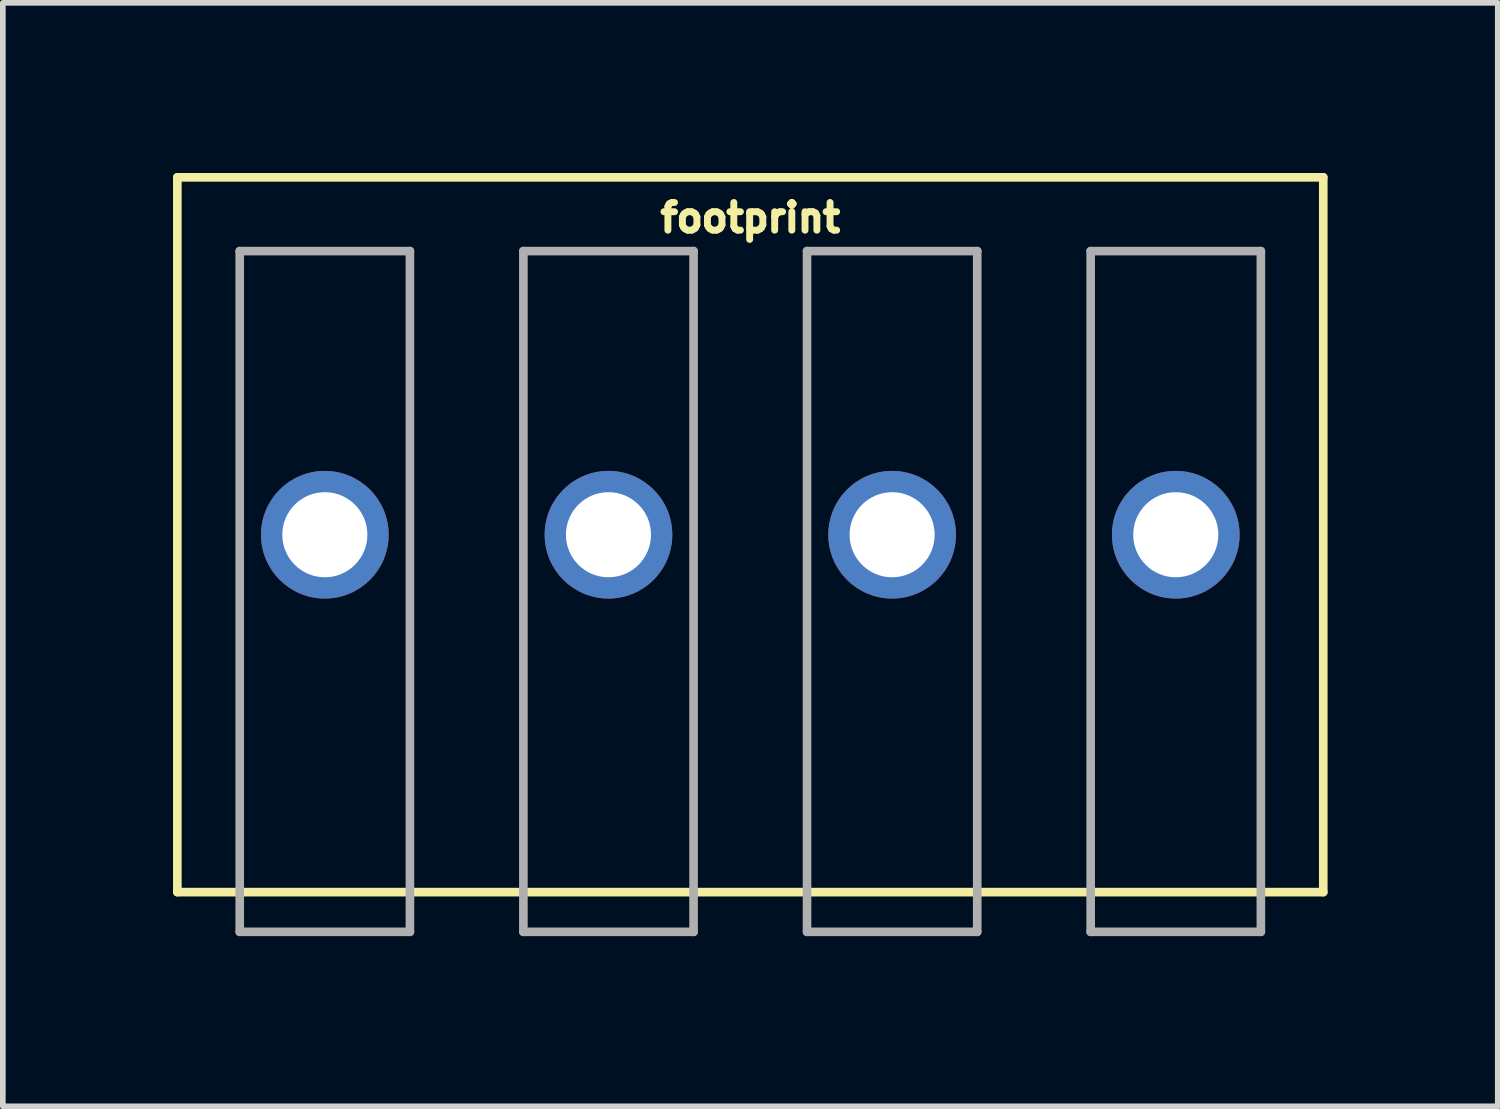
<source format=kicad_pcb>
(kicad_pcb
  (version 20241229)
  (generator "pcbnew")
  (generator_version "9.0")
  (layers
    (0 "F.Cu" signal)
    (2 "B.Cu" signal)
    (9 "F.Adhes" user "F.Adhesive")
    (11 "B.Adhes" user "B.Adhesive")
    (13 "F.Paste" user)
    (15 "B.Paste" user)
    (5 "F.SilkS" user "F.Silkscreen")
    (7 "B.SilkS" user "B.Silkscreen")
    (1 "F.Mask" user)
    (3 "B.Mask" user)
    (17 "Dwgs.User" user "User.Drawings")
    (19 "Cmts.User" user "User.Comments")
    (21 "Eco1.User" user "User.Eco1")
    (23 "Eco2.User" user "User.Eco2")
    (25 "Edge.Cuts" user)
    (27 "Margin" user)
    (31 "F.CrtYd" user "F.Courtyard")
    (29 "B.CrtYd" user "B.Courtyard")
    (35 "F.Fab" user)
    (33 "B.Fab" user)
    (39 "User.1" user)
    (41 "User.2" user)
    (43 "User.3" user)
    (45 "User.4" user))
  (footprint "footprint"
    (layer "F.Cu")
    (at 10.176 6.376)
    (property "Reference" "footprint" (at 0 -5.588 0) (layer "F.SilkS") (effects (font (size 0.488 0.488) (thickness 0.122))))
    (fp_line (start -10.1 -6.3) (end -10.1 6.3) (stroke (width 0.152) (type solid)) (layer "F.SilkS"))
    (fp_line (start -10.1 -6.3) (end 10.1 -6.3) (stroke (width 0.152) (type solid)) (layer "F.SilkS"))
    (fp_line (start -10.1 6.3) (end 10.1 6.3) (stroke (width 0.152) (type solid)) (layer "F.SilkS"))
    (fp_line (start 10.1 -6.3) (end 10.1 6.3) (stroke (width 0.152) (type solid)) (layer "F.SilkS"))
    (fp_line (start -9 -5) (end -6 -5) (stroke (width 0.152) (type solid)) (layer "F.Fab"))
    (fp_line (start -9 7) (end -9 -5) (stroke (width 0.152) (type solid)) (layer "F.Fab"))
    (fp_line (start -6 -5) (end -6 7) (stroke (width 0.152) (type solid)) (layer "F.Fab"))
    (fp_line (start -6 7) (end -9 7) (stroke (width 0.152) (type solid)) (layer "F.Fab"))
    (fp_line (start -4 -5) (end -4 7) (stroke (width 0.152) (type solid)) (layer "F.Fab"))
    (fp_line (start -4 7) (end -1 7) (stroke (width 0.152) (type solid)) (layer "F.Fab"))
    (fp_line (start -1 -5) (end -4 -5) (stroke (width 0.152) (type solid)) (layer "F.Fab"))
    (fp_line (start -1 7) (end -1 -5) (stroke (width 0.152) (type solid)) (layer "F.Fab"))
    (fp_line (start 1 -5) (end 1 7) (stroke (width 0.152) (type solid)) (layer "F.Fab"))
    (fp_line (start 1 -5) (end 4 -5) (stroke (width 0.152) (type solid)) (layer "F.Fab"))
    (fp_line (start 1 7) (end 4 7) (stroke (width 0.152) (type solid)) (layer "F.Fab"))
    (fp_line (start 4 7) (end 4 -5) (stroke (width 0.152) (type solid)) (layer "F.Fab"))
    (fp_line (start 6 -5) (end 6 7) (stroke (width 0.152) (type solid)) (layer "F.Fab"))
    (fp_line (start 6 7) (end 9 7) (stroke (width 0.152) (type solid)) (layer "F.Fab"))
    (fp_line (start 9 -5) (end 6 -5) (stroke (width 0.152) (type solid)) (layer "F.Fab"))
    (fp_line (start 9 7) (end 9 -5) (stroke (width 0.152) (type solid)) (layer "F.Fab"))
    (pad "1" thru_hole circle (at -7.5 0) (size 2.25 2.25) (drill 1.5) (layers "*.Cu" "*.Mask"))
    (pad "2" thru_hole circle (at -2.5 0) (size 2.25 2.25) (drill 1.5) (layers "*.Cu" "*.Mask"))
    (pad "3" thru_hole circle (at 2.5 0) (size 2.25 2.25) (drill 1.5) (layers "*.Cu" "*.Mask"))
    (pad "4" thru_hole circle (at 7.5 0) (size 2.25 2.25) (drill 1.5) (layers "*.Cu" "*.Mask")))
  (gr_rect
    (start -3 -3)
    (end 23.352 16.452)
    (stroke (width 0.1) (type default))
    (fill no)
    (layer "Edge.Cuts")))
</source>
